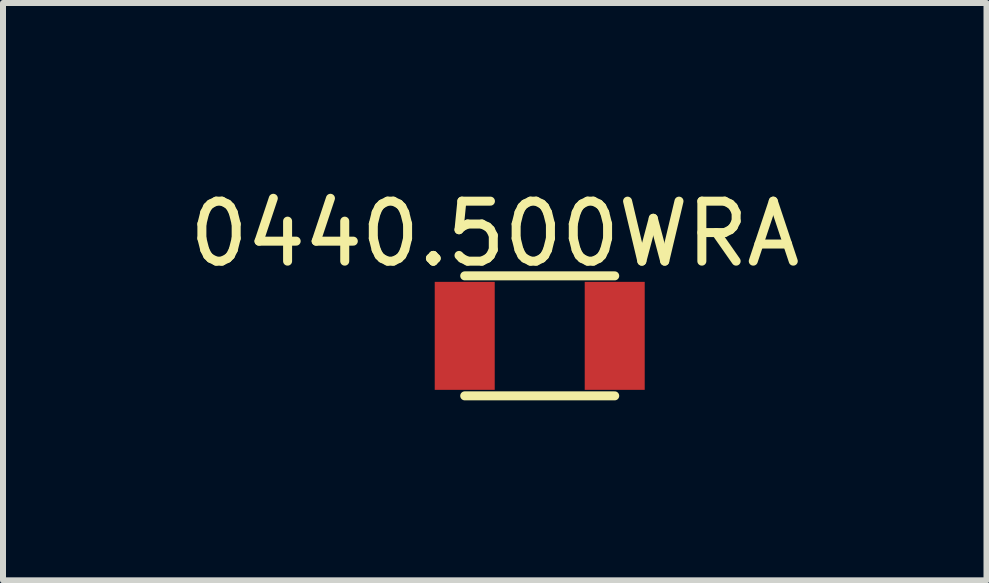
<source format=kicad_pcb>
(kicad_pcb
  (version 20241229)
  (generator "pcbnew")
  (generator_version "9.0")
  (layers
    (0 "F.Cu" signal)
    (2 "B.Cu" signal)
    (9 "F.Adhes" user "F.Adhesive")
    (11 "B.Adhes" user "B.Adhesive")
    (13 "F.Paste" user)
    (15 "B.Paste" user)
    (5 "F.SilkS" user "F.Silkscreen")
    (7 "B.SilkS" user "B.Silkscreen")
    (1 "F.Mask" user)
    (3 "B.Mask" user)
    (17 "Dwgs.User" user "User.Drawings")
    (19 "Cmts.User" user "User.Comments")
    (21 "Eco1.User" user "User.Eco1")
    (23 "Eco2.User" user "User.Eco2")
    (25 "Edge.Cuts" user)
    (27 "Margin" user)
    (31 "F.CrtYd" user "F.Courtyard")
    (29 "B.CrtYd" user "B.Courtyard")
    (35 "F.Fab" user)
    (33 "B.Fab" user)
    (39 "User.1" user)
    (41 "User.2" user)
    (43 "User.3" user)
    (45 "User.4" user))
  (footprint "0440.500WRA"
    (layer "F.Cu")
    (at 4.696 2.548)
    (property "Reference" "0440.500WRA" (at 0.5 -1.7 0) (layer "F.SilkS") (effects (font (size 1 1) (thickness 0.15))))
    (attr through_hole)
    (fp_line (start 0 -1) (end 2.5 -1) (stroke (width 0.15) (type solid)) (layer "F.SilkS"))
    (fp_line (start 0 1) (end 2.5 1) (stroke (width 0.15) (type solid)) (layer "F.SilkS"))
    (pad "1" smd rect (at 0 0) (size 1 1.8) (layers "F.Cu" "F.Mask" "F.Paste"))
    (pad "2" smd rect (at 2.5 0) (size 1 1.8) (layers "F.Cu" "F.Mask" "F.Paste")))
  (gr_rect
    (start -3 -3)
    (end 13.393 6.623)
    (stroke (width 0.1) (type default))
    (fill no)
    (layer "Edge.Cuts")))
</source>
